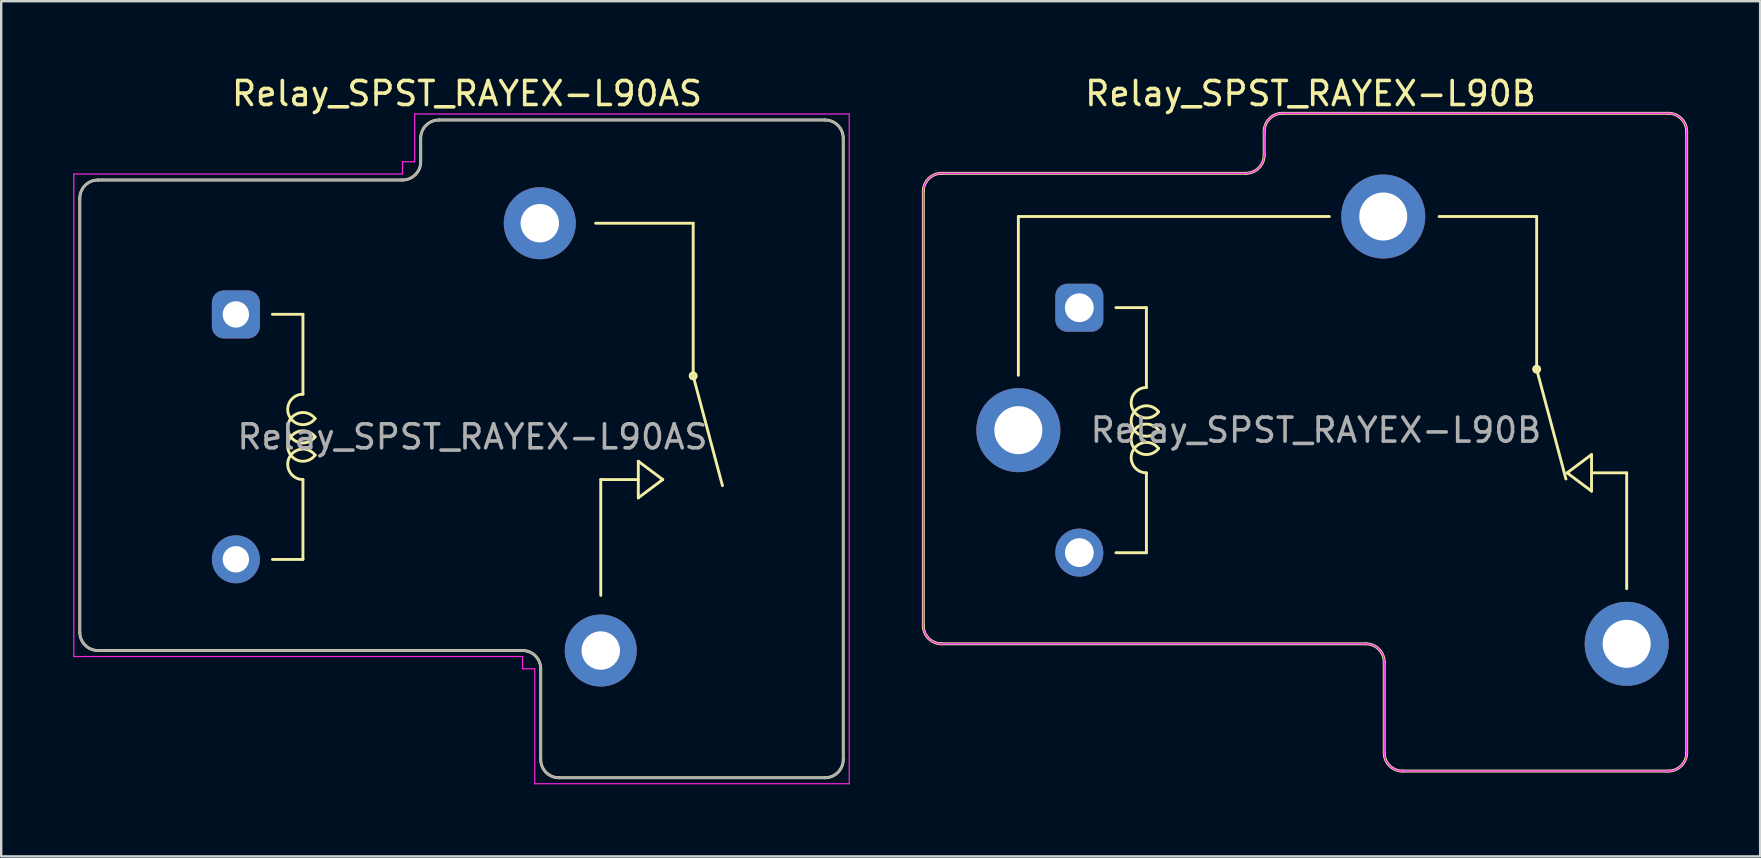
<source format=kicad_pcb>
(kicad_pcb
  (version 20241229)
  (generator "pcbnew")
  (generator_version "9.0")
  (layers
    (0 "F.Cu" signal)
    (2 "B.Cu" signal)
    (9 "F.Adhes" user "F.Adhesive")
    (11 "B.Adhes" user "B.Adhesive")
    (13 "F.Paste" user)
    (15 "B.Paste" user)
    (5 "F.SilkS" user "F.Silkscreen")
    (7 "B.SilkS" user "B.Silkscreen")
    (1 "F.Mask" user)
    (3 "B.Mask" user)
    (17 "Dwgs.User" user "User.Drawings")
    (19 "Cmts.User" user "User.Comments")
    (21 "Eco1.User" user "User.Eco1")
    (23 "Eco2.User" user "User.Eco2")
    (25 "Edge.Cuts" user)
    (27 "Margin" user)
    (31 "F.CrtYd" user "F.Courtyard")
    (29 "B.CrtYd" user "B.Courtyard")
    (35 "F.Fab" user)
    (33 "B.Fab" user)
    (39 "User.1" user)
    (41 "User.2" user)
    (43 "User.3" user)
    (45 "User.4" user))
  (footprint "Relay_SPST_RAYEX-L90AS"
    (layer "F.Cu")
    (at 4.235 15.148)
    (property "Reference" "Relay_SPST_RAYEX-L90AS" (at 12.167 -14.3 0) (layer "F.SilkS") (effects (font (size 1 1) (thickness 0.15))))
    (attr through_hole)
    (fp_line (start -3.96 -9.94) (end -3.96 8.14) (stroke (width 0.12) (type solid)) (layer "F.SilkS"))
    (fp_line (start -3.2 -10.7) (end 9.48 -10.7) (stroke (width 0.12) (type solid)) (layer "F.SilkS"))
    (fp_line (start -3.2 8.9) (end 14.48 8.9) (stroke (width 0.12) (type solid)) (layer "F.SilkS"))
    (fp_line (start 4.064 -5.105) (end 5.334 -5.105) (stroke (width 0.12) (type solid)) (layer "F.SilkS"))
    (fp_line (start 5.334 -1.778) (end 5.334 -5.105) (stroke (width 0.12) (type solid)) (layer "F.SilkS"))
    (fp_line (start 5.334 5.105) (end 4.064 5.105) (stroke (width 0.12) (type solid)) (layer "F.SilkS"))
    (fp_line (start 5.334 5.105) (end 5.334 1.778) (stroke (width 0.12) (type solid)) (layer "F.SilkS"))
    (fp_line (start 10.24 -12.44) (end 10.24 -11.46) (stroke (width 0.12) (type solid)) (layer "F.SilkS"))
    (fp_line (start 11 -13.2) (end 27.08 -13.2) (stroke (width 0.12) (type solid)) (layer "F.SilkS"))
    (fp_line (start 15.24 9.66) (end 15.24 13.44) (stroke (width 0.12) (type solid)) (layer "F.SilkS"))
    (fp_line (start 16 14.2) (end 27.08 14.2) (stroke (width 0.12) (type solid)) (layer "F.SilkS"))
    (fp_line (start 17.74 1.778) (end 19.304 1.778) (stroke (width 0.12) (type solid)) (layer "F.SilkS"))
    (fp_line (start 17.74 6.604) (end 17.74 1.778) (stroke (width 0.12) (type solid)) (layer "F.SilkS"))
    (fp_line (start 19.304 1.016) (end 19.304 2.54) (stroke (width 0.12) (type solid)) (layer "F.SilkS"))
    (fp_line (start 19.304 2.54) (end 20.32 1.778) (stroke (width 0.12) (type solid)) (layer "F.SilkS"))
    (fp_line (start 20.32 1.778) (end 19.304 1.016) (stroke (width 0.12) (type solid)) (layer "F.SilkS"))
    (fp_line (start 21.59 -8.9) (end 17.526 -8.9) (stroke (width 0.12) (type solid)) (layer "F.SilkS"))
    (fp_line (start 21.59 -2.54) (end 21.59 -8.9) (stroke (width 0.12) (type solid)) (layer "F.SilkS"))
    (fp_line (start 21.59 -2.54) (end 22.809 2.032) (stroke (width 0.12) (type solid)) (layer "F.SilkS"))
    (fp_line (start 27.84 -12.44) (end 27.84 13.44) (stroke (width 0.12) (type solid)) (layer "F.SilkS"))
    (fp_arc (start -3.96 -9.94) (mid -3.737401 -10.477401) (end -3.2 -10.7) (stroke (width 0.12) (type solid)) (layer "F.SilkS"))
    (fp_arc (start -3.2 8.9) (mid -3.737401 8.677401) (end -3.96 8.14) (stroke (width 0.12) (type solid)) (layer "F.SilkS"))
    (fp_arc (start 5.334002 1.777997) (mid 4.765966 0.859166) (end 5.841802 0.76173) (stroke (width 0.12) (type solid)) (layer "F.SilkS"))
    (fp_arc (start 5.8418 -0.761733) (mid 4.765964 -0.859168) (end 5.334 -1.778) (stroke (width 0.12) (type solid)) (layer "F.SilkS"))
    (fp_arc (start 5.842265 -0.000355) (mid 4.699002 -0.38078) (end 5.842 -0.762001) (stroke (width 0.12) (type solid)) (layer "F.SilkS"))
    (fp_arc (start 5.842266 0.761644) (mid 4.699003 0.381219) (end 5.842001 -0.000002) (stroke (width 0.12) (type solid)) (layer "F.SilkS"))
    (fp_arc (start 10.24 -12.44) (mid 10.462599 -12.977401) (end 11 -13.2) (stroke (width 0.12) (type solid)) (layer "F.SilkS"))
    (fp_arc (start 10.24 -11.46) (mid 10.017401 -10.922599) (end 9.48 -10.7) (stroke (width 0.12) (type solid)) (layer "F.SilkS"))
    (fp_arc (start 14.48 8.9) (mid 15.017401 9.122599) (end 15.24 9.66) (stroke (width 0.12) (type solid)) (layer "F.SilkS"))
    (fp_arc (start 16 14.2) (mid 15.462599 13.977401) (end 15.24 13.44) (stroke (width 0.12) (type solid)) (layer "F.SilkS"))
    (fp_arc (start 27.08 -13.2) (mid 27.617401 -12.977401) (end 27.84 -12.44) (stroke (width 0.12) (type solid)) (layer "F.SilkS"))
    (fp_arc (start 27.84 13.44) (mid 27.617401 13.977401) (end 27.08 14.2) (stroke (width 0.12) (type solid)) (layer "F.SilkS"))
    (fp_circle (center 21.59 -2.54) (end 21.59 -2.413) (stroke (width 0.12) (type solid)) (fill no) (layer "F.SilkS"))
    (fp_line (start -4.21 -10.95) (end -4.21 9.15) (stroke (width 0.05) (type solid)) (layer "F.CrtYd"))
    (fp_line (start -4.21 -10.95) (end 9.48 -10.95) (stroke (width 0.05) (type solid)) (layer "F.CrtYd"))
    (fp_line (start -4.21 9.15) (end 14.48 9.15) (stroke (width 0.05) (type solid)) (layer "F.CrtYd"))
    (fp_line (start 9.48 -11.46) (end 9.48 -10.95) (stroke (width 0.05) (type solid)) (layer "F.CrtYd"))
    (fp_line (start 9.48 -11.46) (end 9.99 -11.46) (stroke (width 0.05) (type solid)) (layer "F.CrtYd"))
    (fp_line (start 9.99 -13.45) (end 9.99 -11.46) (stroke (width 0.05) (type solid)) (layer "F.CrtYd"))
    (fp_line (start 9.99 -13.45) (end 28.09 -13.45) (stroke (width 0.05) (type solid)) (layer "F.CrtYd"))
    (fp_line (start 14.48 9.15) (end 14.48 9.66) (stroke (width 0.05) (type solid)) (layer "F.CrtYd"))
    (fp_line (start 14.48 9.66) (end 14.99 9.66) (stroke (width 0.05) (type solid)) (layer "F.CrtYd"))
    (fp_line (start 14.99 9.66) (end 14.99 14.45) (stroke (width 0.05) (type solid)) (layer "F.CrtYd"))
    (fp_line (start 14.99 14.45) (end 28.09 14.45) (stroke (width 0.05) (type solid)) (layer "F.CrtYd"))
    (fp_line (start 28.09 -13.45) (end 28.09 14.45) (stroke (width 0.05) (type solid)) (layer "F.CrtYd"))
    (fp_line (start -3.96 -9.94) (end -3.96 8.14) (stroke (width 0.1) (type solid)) (layer "F.Fab"))
    (fp_line (start -3.2 -10.7) (end 9.48 -10.7) (stroke (width 0.1) (type solid)) (layer "F.Fab"))
    (fp_line (start -3.2 8.9) (end 14.48 8.9) (stroke (width 0.1) (type solid)) (layer "F.Fab"))
    (fp_line (start 10.24 -12.44) (end 10.24 -11.46) (stroke (width 0.1) (type solid)) (layer "F.Fab"))
    (fp_line (start 11 -13.2) (end 27.08 -13.2) (stroke (width 0.1) (type solid)) (layer "F.Fab"))
    (fp_line (start 15.24 9.66) (end 15.24 13.44) (stroke (width 0.1) (type solid)) (layer "F.Fab"))
    (fp_line (start 16 14.2) (end 27.08 14.2) (stroke (width 0.1) (type solid)) (layer "F.Fab"))
    (fp_line (start 27.84 -12.44) (end 27.84 13.44) (stroke (width 0.1) (type solid)) (layer "F.Fab"))
    (fp_arc (start -3.96 -9.94) (mid -3.737401 -10.477401) (end -3.2 -10.7) (stroke (width 0.1) (type solid)) (layer "F.Fab"))
    (fp_arc (start -3.2 8.9) (mid -3.737401 8.677401) (end -3.96 8.14) (stroke (width 0.1) (type solid)) (layer "F.Fab"))
    (fp_arc (start 10.24 -12.44) (mid 10.462599 -12.977401) (end 11 -13.2) (stroke (width 0.1) (type solid)) (layer "F.Fab"))
    (fp_arc (start 10.24 -11.46) (mid 10.017401 -10.922599) (end 9.48 -10.7) (stroke (width 0.1) (type solid)) (layer "F.Fab"))
    (fp_arc (start 14.48 8.9) (mid 15.017401 9.122599) (end 15.24 9.66) (stroke (width 0.1) (type solid)) (layer "F.Fab"))
    (fp_arc (start 16 14.2) (mid 15.462599 13.977401) (end 15.24 13.44) (stroke (width 0.1) (type solid)) (layer "F.Fab"))
    (fp_arc (start 27.08 -13.2) (mid 27.617401 -12.977401) (end 27.84 -12.44) (stroke (width 0.1) (type solid)) (layer "F.Fab"))
    (fp_arc (start 27.84 13.44) (mid 27.617401 13.977401) (end 27.08 14.2) (stroke (width 0.1) (type solid)) (layer "F.Fab"))
    (fp_text user "${REFERENCE}" (at 12.395 0 0) (layer "F.Fab") (effects (font (size 1 1) (thickness 0.15))))
    (pad "13" thru_hole circle (at 15.2 -8.9 180) (size 3 3) (drill 1.6) (layers "*.Cu" "*.Mask"))
    (pad "14" thru_hole circle (at 17.74 8.9 180) (size 3 3) (drill 1.6) (layers "*.Cu" "*.Mask"))
    (pad "A1" thru_hole roundrect (at 2.54 -5.1 180) (size 2 2) (drill 1.1) (layers "*.Cu" "*.Mask") (roundrect_rratio 0.25))
    (pad "A2" thru_hole circle (at 2.54 5.1 180) (size 2 2) (drill 1.1) (layers "*.Cu" "*.Mask")))
  (footprint "Relay_SPST_RAYEX-L90B"
    (layer "F.Cu")
    (at 39.37 14.869)
    (property "Reference" "Relay_SPST_RAYEX-L90B" (at 12.167 -14.021 0) (layer "F.SilkS") (effects (font (size 1 1) (thickness 0.15))))
    (attr through_hole)
    (fp_line (start -3.96 -9.938) (end -3.96 8.138) (stroke (width 0.12) (type solid)) (layer "F.SilkS"))
    (fp_line (start -3.198 -10.7) (end 9.478 -10.7) (stroke (width 0.12) (type solid)) (layer "F.SilkS"))
    (fp_line (start -3.198 8.9) (end 14.478 8.9) (stroke (width 0.12) (type solid)) (layer "F.SilkS"))
    (fp_line (start 0 -8.9) (end 0 -2.286) (stroke (width 0.12) (type solid)) (layer "F.SilkS"))
    (fp_line (start 0 -8.9) (end 12.954 -8.9) (stroke (width 0.12) (type solid)) (layer "F.SilkS"))
    (fp_line (start 4.064 -5.105) (end 5.334 -5.105) (stroke (width 0.12) (type solid)) (layer "F.SilkS"))
    (fp_line (start 5.334 -1.778) (end 5.334 -5.105) (stroke (width 0.12) (type solid)) (layer "F.SilkS"))
    (fp_line (start 5.334 5.105) (end 4.064 5.105) (stroke (width 0.12) (type solid)) (layer "F.SilkS"))
    (fp_line (start 5.334 5.105) (end 5.334 1.778) (stroke (width 0.12) (type solid)) (layer "F.SilkS"))
    (fp_line (start 10.24 -12.438) (end 10.24 -11.462) (stroke (width 0.12) (type solid)) (layer "F.SilkS"))
    (fp_line (start 11.002 -13.2) (end 27.078 -13.2) (stroke (width 0.12) (type solid)) (layer "F.SilkS"))
    (fp_line (start 15.24 9.662) (end 15.24 13.438) (stroke (width 0.12) (type solid)) (layer "F.SilkS"))
    (fp_line (start 16.002 14.2) (end 27.078 14.2) (stroke (width 0.12) (type solid)) (layer "F.SilkS"))
    (fp_line (start 21.59 -8.9) (end 17.526 -8.9) (stroke (width 0.12) (type solid)) (layer "F.SilkS"))
    (fp_line (start 21.59 -2.54) (end 21.59 -8.9) (stroke (width 0.12) (type solid)) (layer "F.SilkS"))
    (fp_line (start 21.59 -2.54) (end 22.809 2.032) (stroke (width 0.12) (type solid)) (layer "F.SilkS"))
    (fp_line (start 22.86 1.778) (end 23.876 1.016) (stroke (width 0.12) (type solid)) (layer "F.SilkS"))
    (fp_line (start 23.876 1.778) (end 25.34 1.778) (stroke (width 0.12) (type solid)) (layer "F.SilkS"))
    (fp_line (start 23.876 2.54) (end 22.86 1.778) (stroke (width 0.12) (type solid)) (layer "F.SilkS"))
    (fp_line (start 23.876 2.54) (end 23.876 1.016) (stroke (width 0.12) (type solid)) (layer "F.SilkS"))
    (fp_line (start 25.34 1.778) (end 25.34 6.604) (stroke (width 0.12) (type solid)) (layer "F.SilkS"))
    (fp_line (start 27.84 -12.438) (end 27.84 13.438) (stroke (width 0.12) (type solid)) (layer "F.SilkS"))
    (fp_arc (start -3.96 -9.938) (mid -3.736815 -10.476815) (end -3.198 -10.7) (stroke (width 0.12) (type solid)) (layer "F.SilkS"))
    (fp_arc (start -3.198 8.9) (mid -3.736815 8.676815) (end -3.96 8.138) (stroke (width 0.12) (type solid)) (layer "F.SilkS"))
    (fp_arc (start 5.334002 1.777997) (mid 4.765966 0.859166) (end 5.841802 0.76173) (stroke (width 0.12) (type solid)) (layer "F.SilkS"))
    (fp_arc (start 5.8418 -0.761733) (mid 4.765964 -0.859168) (end 5.334 -1.778) (stroke (width 0.12) (type solid)) (layer "F.SilkS"))
    (fp_arc (start 5.842265 -0.000355) (mid 4.699002 -0.38078) (end 5.842 -0.762001) (stroke (width 0.12) (type solid)) (layer "F.SilkS"))
    (fp_arc (start 5.842266 0.761644) (mid 4.699003 0.381219) (end 5.842001 -0.000002) (stroke (width 0.12) (type solid)) (layer "F.SilkS"))
    (fp_arc (start 10.24 -12.438) (mid 10.463185 -12.976815) (end 11.002 -13.2) (stroke (width 0.12) (type solid)) (layer "F.SilkS"))
    (fp_arc (start 10.24 -11.462) (mid 10.016815 -10.923185) (end 9.478 -10.7) (stroke (width 0.12) (type solid)) (layer "F.SilkS"))
    (fp_arc (start 14.478 8.9) (mid 15.016815 9.123185) (end 15.24 9.662) (stroke (width 0.12) (type solid)) (layer "F.SilkS"))
    (fp_arc (start 16.002 14.2) (mid 15.463185 13.976815) (end 15.24 13.438) (stroke (width 0.12) (type solid)) (layer "F.SilkS"))
    (fp_arc (start 27.078 -13.2) (mid 27.616815 -12.976815) (end 27.84 -12.438) (stroke (width 0.12) (type solid)) (layer "F.SilkS"))
    (fp_arc (start 27.84 13.438) (mid 27.616815 13.976815) (end 27.078 14.2) (stroke (width 0.12) (type solid)) (layer "F.SilkS"))
    (fp_circle (center 21.59 -2.54) (end 21.59 -2.413) (stroke (width 0.12) (type solid)) (fill no) (layer "F.SilkS"))
    (fp_line (start -3.96 -9.938) (end -3.96 8.138) (stroke (width 0.05) (type solid)) (layer "F.CrtYd"))
    (fp_line (start -3.198 -10.7) (end 9.478 -10.7) (stroke (width 0.05) (type solid)) (layer "F.CrtYd"))
    (fp_line (start -3.198 8.9) (end 14.478 8.9) (stroke (width 0.05) (type solid)) (layer "F.CrtYd"))
    (fp_line (start 10.24 -12.438) (end 10.24 -11.462) (stroke (width 0.05) (type solid)) (layer "F.CrtYd"))
    (fp_line (start 11.002 -13.2) (end 27.078 -13.2) (stroke (width 0.05) (type solid)) (layer "F.CrtYd"))
    (fp_line (start 15.24 9.662) (end 15.24 13.438) (stroke (width 0.05) (type solid)) (layer "F.CrtYd"))
    (fp_line (start 16.002 14.2) (end 27.078 14.2) (stroke (width 0.05) (type solid)) (layer "F.CrtYd"))
    (fp_line (start 27.84 -12.438) (end 27.84 13.438) (stroke (width 0.05) (type solid)) (layer "F.CrtYd"))
    (fp_arc (start -3.96 -9.938) (mid -3.736815 -10.476815) (end -3.198 -10.7) (stroke (width 0.05) (type solid)) (layer "F.CrtYd"))
    (fp_arc (start -3.198 8.9) (mid -3.736815 8.676815) (end -3.96 8.138) (stroke (width 0.05) (type solid)) (layer "F.CrtYd"))
    (fp_arc (start 10.24 -12.438) (mid 10.463185 -12.976815) (end 11.002 -13.2) (stroke (width 0.05) (type solid)) (layer "F.CrtYd"))
    (fp_arc (start 10.24 -11.462) (mid 10.016815 -10.923185) (end 9.478 -10.7) (stroke (width 0.05) (type solid)) (layer "F.CrtYd"))
    (fp_arc (start 14.478 8.9) (mid 15.016815 9.123185) (end 15.24 9.662) (stroke (width 0.05) (type solid)) (layer "F.CrtYd"))
    (fp_arc (start 16.002 14.2) (mid 15.463185 13.976815) (end 15.24 13.438) (stroke (width 0.05) (type solid)) (layer "F.CrtYd"))
    (fp_arc (start 27.078 -13.2) (mid 27.616815 -12.976815) (end 27.84 -12.438) (stroke (width 0.05) (type solid)) (layer "F.CrtYd"))
    (fp_arc (start 27.84 13.438) (mid 27.616815 13.976815) (end 27.078 14.2) (stroke (width 0.05) (type solid)) (layer "F.CrtYd"))
    (fp_line (start -3.96 -9.938) (end -3.96 8.138) (stroke (width 0.05) (type solid)) (layer "F.Fab"))
    (fp_line (start -3.198 -10.7) (end 9.478 -10.7) (stroke (width 0.05) (type solid)) (layer "F.Fab"))
    (fp_line (start -3.198 8.9) (end 14.478 8.9) (stroke (width 0.05) (type solid)) (layer "F.Fab"))
    (fp_line (start 10.24 -12.438) (end 10.24 -11.462) (stroke (width 0.05) (type solid)) (layer "F.Fab"))
    (fp_line (start 11.002 -13.2) (end 27.078 -13.2) (stroke (width 0.05) (type solid)) (layer "F.Fab"))
    (fp_line (start 15.24 9.662) (end 15.24 13.438) (stroke (width 0.05) (type solid)) (layer "F.Fab"))
    (fp_line (start 16.002 14.2) (end 27.078 14.2) (stroke (width 0.05) (type solid)) (layer "F.Fab"))
    (fp_line (start 27.84 -12.438) (end 27.84 13.438) (stroke (width 0.05) (type solid)) (layer "F.Fab"))
    (fp_arc (start -3.96 -9.938) (mid -3.736815 -10.476815) (end -3.198 -10.7) (stroke (width 0.05) (type solid)) (layer "F.Fab"))
    (fp_arc (start -3.198 8.9) (mid -3.736815 8.676815) (end -3.96 8.138) (stroke (width 0.05) (type solid)) (layer "F.Fab"))
    (fp_arc (start 10.24 -12.438) (mid 10.463185 -12.976815) (end 11.002 -13.2) (stroke (width 0.05) (type solid)) (layer "F.Fab"))
    (fp_arc (start 10.24 -11.462) (mid 10.016815 -10.923185) (end 9.478 -10.7) (stroke (width 0.05) (type solid)) (layer "F.Fab"))
    (fp_arc (start 14.478 8.9) (mid 15.016815 9.123185) (end 15.24 9.662) (stroke (width 0.05) (type solid)) (layer "F.Fab"))
    (fp_arc (start 16.002 14.2) (mid 15.463185 13.976815) (end 15.24 13.438) (stroke (width 0.05) (type solid)) (layer "F.Fab"))
    (fp_arc (start 27.078 -13.2) (mid 27.616815 -12.976815) (end 27.84 -12.438) (stroke (width 0.05) (type solid)) (layer "F.Fab"))
    (fp_arc (start 27.84 13.438) (mid 27.616815 13.976815) (end 27.078 14.2) (stroke (width 0.05) (type solid)) (layer "F.Fab"))
    (fp_text user "${REFERENCE}" (at 12.395 0 0) (layer "F.Fab") (effects (font (size 1 1) (thickness 0.15))))
    (pad "1" thru_hole circle (at 0 0 180) (size 3.5 3.5) (drill 2) (layers "*.Cu" "*.Mask"))
    (pad "2" thru_hole roundrect (at 2.54 -5.1 180) (size 2 2) (drill 1.2) (layers "*.Cu" "*.Mask") (roundrect_rratio 0.25))
    (pad "4" thru_hole circle (at 25.34 8.9 180) (size 3.5 3.5) (drill 2) (layers "*.Cu" "*.Mask"))
    (pad "5" thru_hole circle (at 15.2 -8.9 180) (size 3.5 3.5) (drill 2) (layers "*.Cu" "*.Mask"))
    (pad "6" thru_hole circle (at 2.54 5.1 180) (size 2 2) (drill 1.2) (layers "*.Cu" "*.Mask")))
  (gr_rect
    (start -3 -3)
    (end 70.27 32.623)
    (stroke (width 0.1) (type default))
    (fill no)
    (layer "Edge.Cuts")))
</source>
